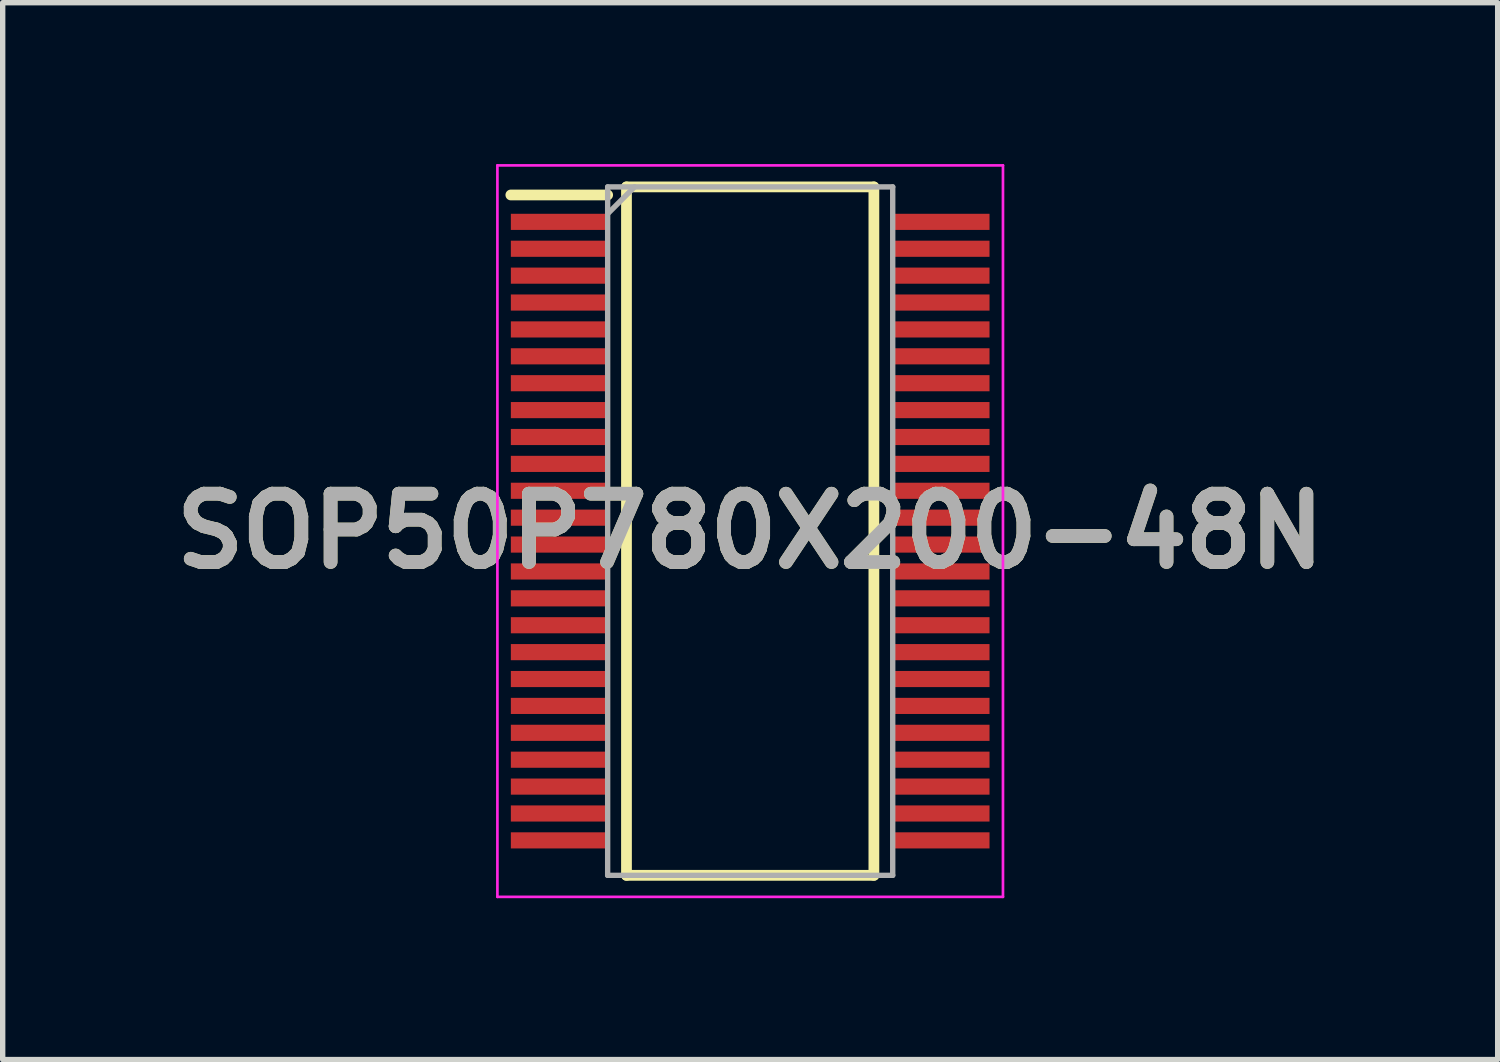
<source format=kicad_pcb>
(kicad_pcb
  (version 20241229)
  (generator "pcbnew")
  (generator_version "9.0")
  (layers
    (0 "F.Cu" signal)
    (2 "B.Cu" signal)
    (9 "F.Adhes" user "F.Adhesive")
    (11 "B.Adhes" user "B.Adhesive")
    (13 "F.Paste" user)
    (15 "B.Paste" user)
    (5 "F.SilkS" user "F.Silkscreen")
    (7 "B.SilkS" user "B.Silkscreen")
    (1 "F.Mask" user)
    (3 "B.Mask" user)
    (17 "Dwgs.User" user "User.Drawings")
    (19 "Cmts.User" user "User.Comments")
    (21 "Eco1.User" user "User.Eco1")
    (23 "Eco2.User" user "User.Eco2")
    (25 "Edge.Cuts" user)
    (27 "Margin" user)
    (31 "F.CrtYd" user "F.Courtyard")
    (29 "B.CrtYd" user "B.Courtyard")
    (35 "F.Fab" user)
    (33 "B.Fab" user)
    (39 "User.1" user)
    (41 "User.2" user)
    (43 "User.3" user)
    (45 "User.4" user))
  (footprint "SOP50P780X200-48N"
    (layer "F.Cu")
    (at 10.898 6.825)
    (property "Reference" "SOP50P780X200-48N" (at 0 0 0) (layer "F.SilkS") (effects (font (size 1.27 1.27) (thickness 0.254))))
    (attr smd)
    (fp_line (start -4.45 -6.25) (end -2.65 -6.25) (stroke (width 0.2) (type solid)) (layer "F.SilkS"))
    (fp_line (start -2.3 -6.4) (end 2.3 -6.4) (stroke (width 0.2) (type solid)) (layer "F.SilkS"))
    (fp_line (start -2.3 6.4) (end -2.3 -6.4) (stroke (width 0.2) (type solid)) (layer "F.SilkS"))
    (fp_line (start 2.3 -6.4) (end 2.3 6.4) (stroke (width 0.2) (type solid)) (layer "F.SilkS"))
    (fp_line (start 2.3 6.4) (end -2.3 6.4) (stroke (width 0.2) (type solid)) (layer "F.SilkS"))
    (fp_line (start -4.7 -6.8) (end 4.7 -6.8) (stroke (width 0.05) (type solid)) (layer "F.CrtYd"))
    (fp_line (start -4.7 6.8) (end -4.7 -6.8) (stroke (width 0.05) (type solid)) (layer "F.CrtYd"))
    (fp_line (start 4.7 -6.8) (end 4.7 6.8) (stroke (width 0.05) (type solid)) (layer "F.CrtYd"))
    (fp_line (start 4.7 6.8) (end -4.7 6.8) (stroke (width 0.05) (type solid)) (layer "F.CrtYd"))
    (fp_line (start -2.65 -6.4) (end 2.65 -6.4) (stroke (width 0.1) (type solid)) (layer "F.Fab"))
    (fp_line (start -2.65 -5.9) (end -2.15 -6.4) (stroke (width 0.1) (type solid)) (layer "F.Fab"))
    (fp_line (start -2.65 6.4) (end -2.65 -6.4) (stroke (width 0.1) (type solid)) (layer "F.Fab"))
    (fp_line (start 2.65 -6.4) (end 2.65 6.4) (stroke (width 0.1) (type solid)) (layer "F.Fab"))
    (fp_line (start 2.65 6.4) (end -2.65 6.4) (stroke (width 0.1) (type solid)) (layer "F.Fab"))
    (fp_text user "${REFERENCE}" (at 0 0 0) (layer "F.Fab") (effects (font (size 1.27 1.27) (thickness 0.254))))
    (pad "1" smd rect (at -3.55 -5.75 90) (size 0.3 1.8) (layers "F.Cu" "F.Mask" "F.Paste"))
    (pad "2" smd rect (at -3.55 -5.25 90) (size 0.3 1.8) (layers "F.Cu" "F.Mask" "F.Paste"))
    (pad "3" smd rect (at -3.55 -4.75 90) (size 0.3 1.8) (layers "F.Cu" "F.Mask" "F.Paste"))
    (pad "4" smd rect (at -3.55 -4.25 90) (size 0.3 1.8) (layers "F.Cu" "F.Mask" "F.Paste"))
    (pad "5" smd rect (at -3.55 -3.75 90) (size 0.3 1.8) (layers "F.Cu" "F.Mask" "F.Paste"))
    (pad "6" smd rect (at -3.55 -3.25 90) (size 0.3 1.8) (layers "F.Cu" "F.Mask" "F.Paste"))
    (pad "7" smd rect (at -3.55 -2.75 90) (size 0.3 1.8) (layers "F.Cu" "F.Mask" "F.Paste"))
    (pad "8" smd rect (at -3.55 -2.25 90) (size 0.3 1.8) (layers "F.Cu" "F.Mask" "F.Paste"))
    (pad "9" smd rect (at -3.55 -1.75 90) (size 0.3 1.8) (layers "F.Cu" "F.Mask" "F.Paste"))
    (pad "10" smd rect (at -3.55 -1.25 90) (size 0.3 1.8) (layers "F.Cu" "F.Mask" "F.Paste"))
    (pad "11" smd rect (at -3.55 -0.75 90) (size 0.3 1.8) (layers "F.Cu" "F.Mask" "F.Paste"))
    (pad "12" smd rect (at -3.55 -0.25 90) (size 0.3 1.8) (layers "F.Cu" "F.Mask" "F.Paste"))
    (pad "13" smd rect (at -3.55 0.25 90) (size 0.3 1.8) (layers "F.Cu" "F.Mask" "F.Paste"))
    (pad "14" smd rect (at -3.55 0.75 90) (size 0.3 1.8) (layers "F.Cu" "F.Mask" "F.Paste"))
    (pad "15" smd rect (at -3.55 1.25 90) (size 0.3 1.8) (layers "F.Cu" "F.Mask" "F.Paste"))
    (pad "16" smd rect (at -3.55 1.75 90) (size 0.3 1.8) (layers "F.Cu" "F.Mask" "F.Paste"))
    (pad "17" smd rect (at -3.55 2.25 90) (size 0.3 1.8) (layers "F.Cu" "F.Mask" "F.Paste"))
    (pad "18" smd rect (at -3.55 2.75 90) (size 0.3 1.8) (layers "F.Cu" "F.Mask" "F.Paste"))
    (pad "19" smd rect (at -3.55 3.25 90) (size 0.3 1.8) (layers "F.Cu" "F.Mask" "F.Paste"))
    (pad "20" smd rect (at -3.55 3.75 90) (size 0.3 1.8) (layers "F.Cu" "F.Mask" "F.Paste"))
    (pad "21" smd rect (at -3.55 4.25 90) (size 0.3 1.8) (layers "F.Cu" "F.Mask" "F.Paste"))
    (pad "22" smd rect (at -3.55 4.75 90) (size 0.3 1.8) (layers "F.Cu" "F.Mask" "F.Paste"))
    (pad "23" smd rect (at -3.55 5.25 90) (size 0.3 1.8) (layers "F.Cu" "F.Mask" "F.Paste"))
    (pad "24" smd rect (at -3.55 5.75 90) (size 0.3 1.8) (layers "F.Cu" "F.Mask" "F.Paste"))
    (pad "25" smd rect (at 3.55 5.75 90) (size 0.3 1.8) (layers "F.Cu" "F.Mask" "F.Paste"))
    (pad "26" smd rect (at 3.55 5.25 90) (size 0.3 1.8) (layers "F.Cu" "F.Mask" "F.Paste"))
    (pad "27" smd rect (at 3.55 4.75 90) (size 0.3 1.8) (layers "F.Cu" "F.Mask" "F.Paste"))
    (pad "28" smd rect (at 3.55 4.25 90) (size 0.3 1.8) (layers "F.Cu" "F.Mask" "F.Paste"))
    (pad "29" smd rect (at 3.55 3.75 90) (size 0.3 1.8) (layers "F.Cu" "F.Mask" "F.Paste"))
    (pad "30" smd rect (at 3.55 3.25 90) (size 0.3 1.8) (layers "F.Cu" "F.Mask" "F.Paste"))
    (pad "31" smd rect (at 3.55 2.75 90) (size 0.3 1.8) (layers "F.Cu" "F.Mask" "F.Paste"))
    (pad "32" smd rect (at 3.55 2.25 90) (size 0.3 1.8) (layers "F.Cu" "F.Mask" "F.Paste"))
    (pad "33" smd rect (at 3.55 1.75 90) (size 0.3 1.8) (layers "F.Cu" "F.Mask" "F.Paste"))
    (pad "34" smd rect (at 3.55 1.25 90) (size 0.3 1.8) (layers "F.Cu" "F.Mask" "F.Paste"))
    (pad "35" smd rect (at 3.55 0.75 90) (size 0.3 1.8) (layers "F.Cu" "F.Mask" "F.Paste"))
    (pad "36" smd rect (at 3.55 0.25 90) (size 0.3 1.8) (layers "F.Cu" "F.Mask" "F.Paste"))
    (pad "37" smd rect (at 3.55 -0.25 90) (size 0.3 1.8) (layers "F.Cu" "F.Mask" "F.Paste"))
    (pad "38" smd rect (at 3.55 -0.75 90) (size 0.3 1.8) (layers "F.Cu" "F.Mask" "F.Paste"))
    (pad "39" smd rect (at 3.55 -1.25 90) (size 0.3 1.8) (layers "F.Cu" "F.Mask" "F.Paste"))
    (pad "40" smd rect (at 3.55 -1.75 90) (size 0.3 1.8) (layers "F.Cu" "F.Mask" "F.Paste"))
    (pad "41" smd rect (at 3.55 -2.25 90) (size 0.3 1.8) (layers "F.Cu" "F.Mask" "F.Paste"))
    (pad "42" smd rect (at 3.55 -2.75 90) (size 0.3 1.8) (layers "F.Cu" "F.Mask" "F.Paste"))
    (pad "43" smd rect (at 3.55 -3.25 90) (size 0.3 1.8) (layers "F.Cu" "F.Mask" "F.Paste"))
    (pad "44" smd rect (at 3.55 -3.75 90) (size 0.3 1.8) (layers "F.Cu" "F.Mask" "F.Paste"))
    (pad "45" smd rect (at 3.55 -4.25 90) (size 0.3 1.8) (layers "F.Cu" "F.Mask" "F.Paste"))
    (pad "46" smd rect (at 3.55 -4.75 90) (size 0.3 1.8) (layers "F.Cu" "F.Mask" "F.Paste"))
    (pad "47" smd rect (at 3.55 -5.25 90) (size 0.3 1.8) (layers "F.Cu" "F.Mask" "F.Paste"))
    (pad "48" smd rect (at 3.55 -5.75 90) (size 0.3 1.8) (layers "F.Cu" "F.Mask" "F.Paste")))
  (gr_rect
    (start -3 -3)
    (end 24.796 16.65)
    (stroke (width 0.1) (type default))
    (fill no)
    (layer "Edge.Cuts")))
</source>
